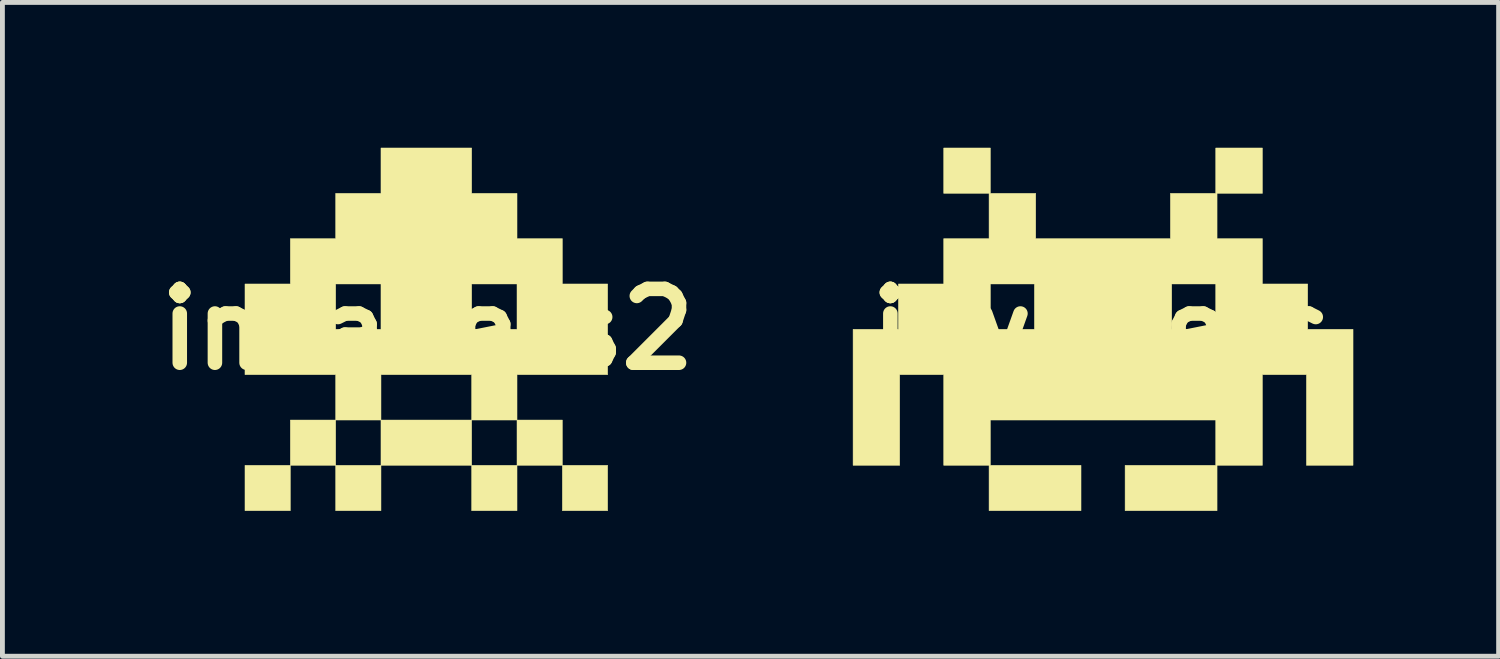
<source format=kicad_pcb>
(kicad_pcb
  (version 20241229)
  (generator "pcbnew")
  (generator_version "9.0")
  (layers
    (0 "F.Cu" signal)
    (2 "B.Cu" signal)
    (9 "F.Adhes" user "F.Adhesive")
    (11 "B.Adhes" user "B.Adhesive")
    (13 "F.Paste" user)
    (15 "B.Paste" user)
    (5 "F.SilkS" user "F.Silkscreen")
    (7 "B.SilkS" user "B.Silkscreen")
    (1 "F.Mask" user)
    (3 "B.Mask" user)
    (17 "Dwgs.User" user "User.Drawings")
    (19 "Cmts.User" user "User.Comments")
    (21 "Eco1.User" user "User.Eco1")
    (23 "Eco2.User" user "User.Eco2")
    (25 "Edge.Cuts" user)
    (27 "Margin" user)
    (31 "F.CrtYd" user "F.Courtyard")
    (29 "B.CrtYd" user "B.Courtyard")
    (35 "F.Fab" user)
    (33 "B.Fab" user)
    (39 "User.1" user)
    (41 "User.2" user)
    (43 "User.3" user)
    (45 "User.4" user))
  (footprint "invaders"
    (layer "F.Cu")
    (at 19.719 3.748)
    (property "Reference" "invaders" (at 0 0 0) (layer "F.SilkS") (effects (font (size 1.524 1.524) (thickness 0.3))))
    (attr through_hole)
    (fp_poly (pts (xy -2.326 -2.807) (xy -1.39 -2.807) (xy -1.39 -1.872) (xy 1.39 -1.872) (xy 1.39 -2.807) (xy 2.326 -2.807) (xy 2.326 -3.743) (xy 3.289 -3.743) (xy 3.289 -2.807) (xy 2.353 -2.807) (xy 2.353 -1.872) (xy 3.289 -1.872) (xy 3.289 -0.936) (xy 4.224 -0.936) (xy 4.224 0) (xy 5.16 0) (xy 5.16 2.807) (xy 4.198 2.807) (xy 4.198 0.936) (xy 3.289 0.936) (xy 3.289 2.807) (xy 2.353 2.807) (xy 2.353 3.743) (xy 0.455 3.743) (xy 0.455 2.807) (xy 2.326 2.807) (xy 2.326 1.872) (xy -2.326 1.872) (xy -2.326 2.807) (xy -0.455 2.807) (xy -0.455 3.743) (xy -2.353 3.743) (xy -2.353 2.807) (xy -3.289 2.807) (xy -3.289 0.936) (xy -4.198 0.936) (xy -4.198 2.807) (xy -5.16 2.807) (xy -5.16 0) (xy -4.224 0) (xy -4.224 -0.936) (xy -3.289 -0.936) (xy -2.326 -0.936) (xy -2.326 0) (xy -1.417 0) (xy -1.417 -0.936) (xy 1.417 -0.936) (xy 1.417 0) (xy 2.326 0) (xy 2.326 -0.936) (xy 1.417 -0.936) (xy -1.417 -0.936) (xy -2.326 -0.936) (xy -3.289 -0.936) (xy -3.289 -1.872) (xy -2.353 -1.872) (xy -2.353 -2.807) (xy -3.289 -2.807) (xy -3.289 -3.743) (xy -2.326 -3.743) (xy -2.326 -2.807)) (stroke (width 0.01) (type solid)) (fill yes) (layer "F.SilkS")))
  (footprint "invaders2"
    (layer "F.Cu")
    (at 5.777 3.748)
    (property "Reference" "invaders2" (at 0 0 0) (layer "F.SilkS") (effects (font (size 1.524 1.524) (thickness 0.3))))
    (attr through_hole)
    (fp_poly (pts (xy -2.834 3.743) (xy -3.77 3.743) (xy -3.77 2.807) (xy -2.834 2.807) (xy -2.834 3.743)) (stroke (width 0.01) (type solid)) (fill yes) (layer "F.SilkS"))
    (fp_poly (pts (xy 1.845 1.872) (xy 2.781 1.872) (xy 2.781 2.807) (xy 1.845 2.807) (xy 1.845 1.872)) (stroke (width 0.01) (type solid)) (fill yes) (layer "F.SilkS"))
    (fp_poly (pts (xy 1.845 3.743) (xy 0.909 3.743) (xy 0.909 2.807) (xy 1.845 2.807) (xy 1.845 3.743)) (stroke (width 0.01) (type solid)) (fill yes) (layer "F.SilkS"))
    (fp_poly (pts (xy 3.716 3.743) (xy 2.781 3.743) (xy 2.781 2.807) (xy 3.716 2.807) (xy 3.716 3.743)) (stroke (width 0.01) (type solid)) (fill yes) (layer "F.SilkS"))
    (fp_poly (pts (xy -0.963 2.807) (xy -0.963 3.743) (xy -1.898 3.743) (xy -1.898 2.807) (xy -2.834 2.807) (xy -2.834 1.872) (xy -1.898 1.872) (xy -1.898 2.807) (xy -0.963 2.807) (xy -0.963 1.872) (xy -1.898 1.872) (xy -1.898 0.936) (xy -0.963 0.936) (xy -0.963 1.872) (xy 0.909 1.872) (xy 0.909 0.936) (xy -0.963 0.936) (xy -1.898 0.936) (xy -3.77 0.936) (xy -3.77 -0.936) (xy -2.834 -0.936) (xy -1.898 -0.936) (xy -1.898 0) (xy -0.963 0) (xy -0.963 -0.936) (xy 0.909 -0.936) (xy 0.909 0) (xy 1.845 0) (xy 1.845 -0.936) (xy 0.909 -0.936) (xy -0.963 -0.936) (xy -1.898 -0.936) (xy -2.834 -0.936) (xy -2.834 -1.872) (xy -1.898 -1.872) (xy -1.898 -2.807) (xy -0.963 -2.807) (xy -0.963 -3.743) (xy 0.909 -3.743) (xy 0.909 -2.807) (xy 1.845 -2.807) (xy 1.845 -1.872) (xy 2.781 -1.872) (xy 2.781 -0.936) (xy 3.716 -0.936) (xy 3.716 0.936) (xy 1.845 0.936) (xy 1.845 1.872) (xy 0.909 1.872) (xy 0.909 2.807) (xy -0.963 2.807)) (stroke (width 0.01) (type solid)) (fill yes) (layer "F.SilkS")))
  (gr_rect
    (start -3 -3)
    (end 27.884 10.496)
    (stroke (width 0.1) (type default))
    (fill no)
    (layer "Edge.Cuts")))
</source>
